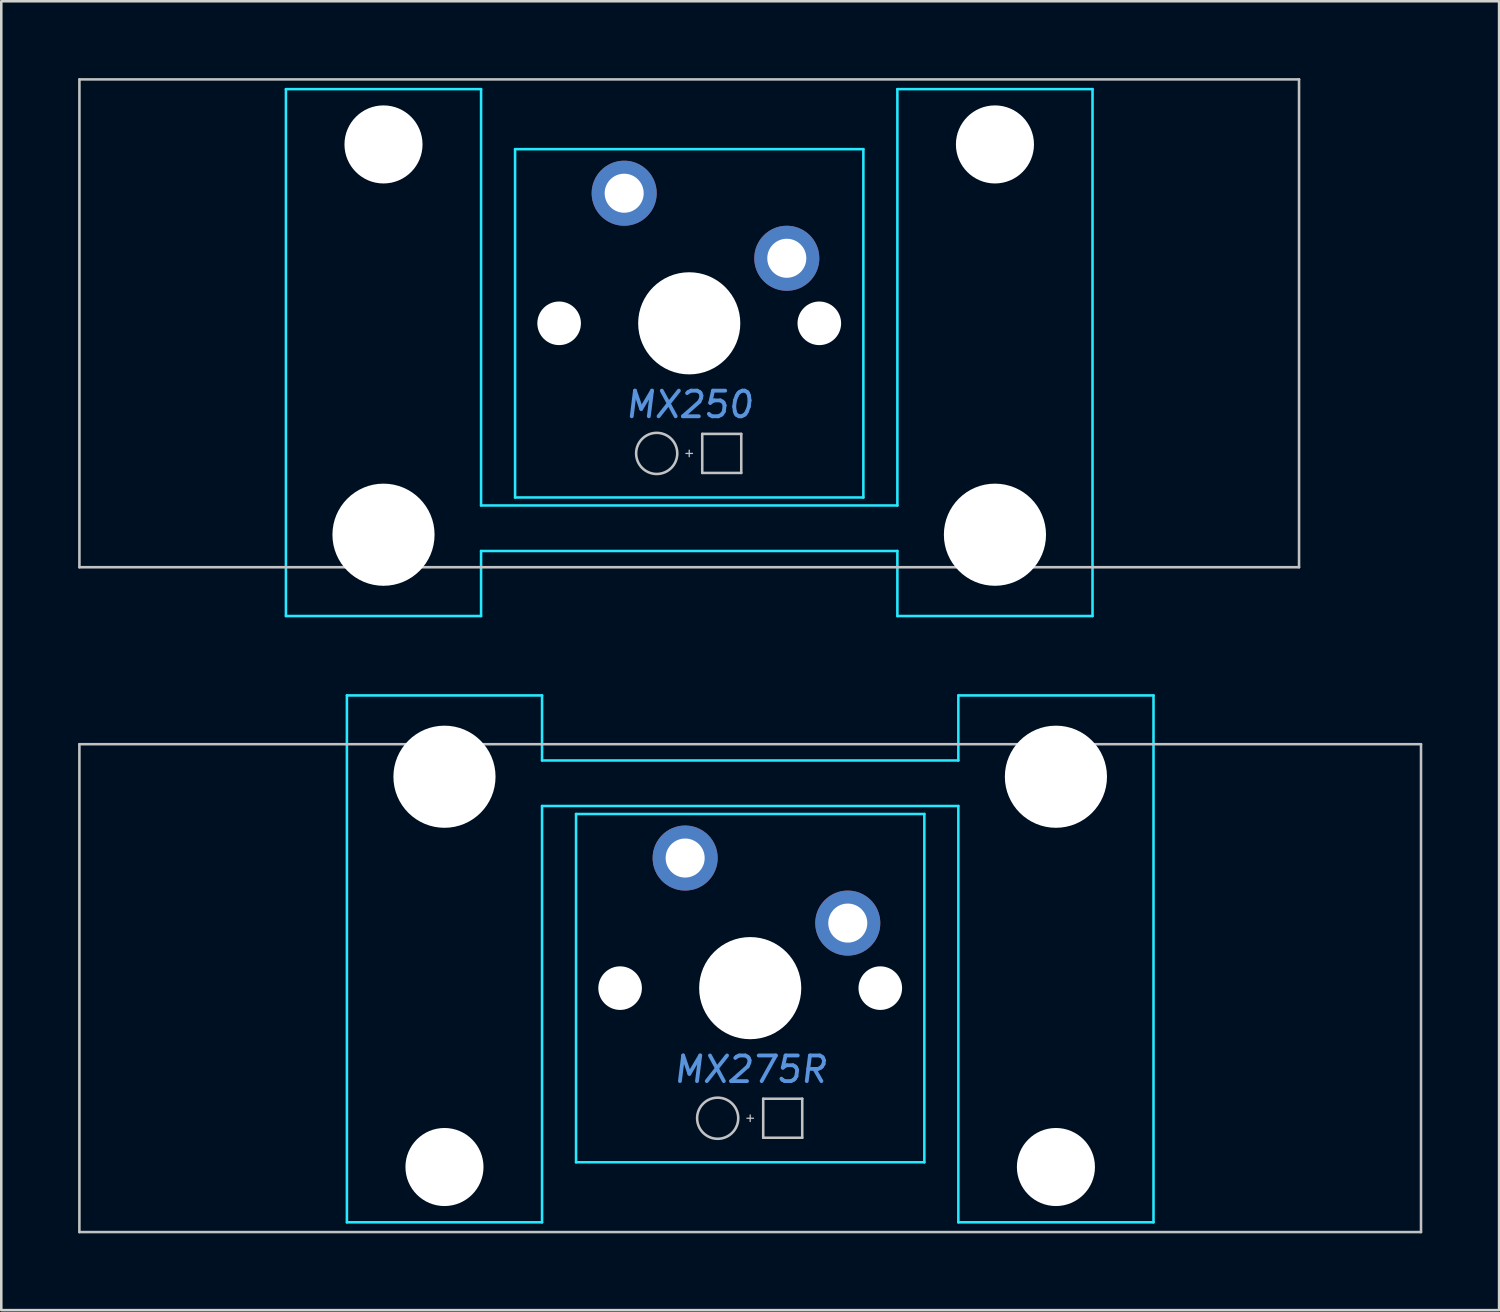
<source format=kicad_pcb>
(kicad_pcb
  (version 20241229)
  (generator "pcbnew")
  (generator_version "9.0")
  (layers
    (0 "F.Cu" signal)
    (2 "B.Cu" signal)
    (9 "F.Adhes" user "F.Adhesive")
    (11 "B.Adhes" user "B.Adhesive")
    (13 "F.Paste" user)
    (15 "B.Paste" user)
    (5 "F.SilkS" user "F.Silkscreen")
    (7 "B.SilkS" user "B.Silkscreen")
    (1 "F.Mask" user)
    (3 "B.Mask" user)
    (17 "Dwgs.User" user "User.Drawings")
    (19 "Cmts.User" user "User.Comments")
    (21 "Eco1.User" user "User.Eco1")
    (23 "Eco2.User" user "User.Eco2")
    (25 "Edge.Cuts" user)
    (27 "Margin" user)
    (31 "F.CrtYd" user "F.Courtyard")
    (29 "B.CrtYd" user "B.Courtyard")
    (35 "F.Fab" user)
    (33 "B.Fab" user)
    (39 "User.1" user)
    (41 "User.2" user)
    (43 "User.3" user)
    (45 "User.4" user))
  (footprint "MX275R"
    (layer "F.Cu")
    (at 26.244 35.535)
    (property "Reference" "MX275R" (at 0 3.175 0) (layer "Cmts.User") (effects (font (size 1 1) (thickness 0.15) (italic yes))))
    (attr through_hole)
    (fp_line (start -26.194 -9.525) (end -26.194 9.525) (stroke (width 0.1) (type solid)) (layer "Dwgs.User"))
    (fp_line (start -26.194 -9.525) (end 26.194 -9.525) (stroke (width 0.1) (type solid)) (layer "Dwgs.User"))
    (fp_line (start -26.194 9.525) (end 26.194 9.525) (stroke (width 0.1) (type solid)) (layer "Dwgs.User"))
    (fp_line (start -0.127 5.08) (end 0.127 5.08) (stroke (width 0.05) (type solid)) (layer "Dwgs.User"))
    (fp_line (start 0 5.207) (end 0 4.953) (stroke (width 0.05) (type solid)) (layer "Dwgs.User"))
    (fp_line (start 0.508 4.318) (end 0.508 5.842) (stroke (width 0.1) (type solid)) (layer "Dwgs.User"))
    (fp_line (start 0.508 4.318) (end 2.032 4.318) (stroke (width 0.1) (type solid)) (layer "Dwgs.User"))
    (fp_line (start 0.508 5.842) (end 2.032 5.842) (stroke (width 0.1) (type solid)) (layer "Dwgs.User"))
    (fp_line (start 2.032 5.842) (end 2.032 4.318) (stroke (width 0.1) (type solid)) (layer "Dwgs.User"))
    (fp_line (start 26.194 -9.525) (end 26.194 9.525) (stroke (width 0.1) (type solid)) (layer "Dwgs.User"))
    (fp_circle (center -1.27 5.08) (end -0.467 5.08) (stroke (width 0.1) (type solid)) (fill no) (layer "Dwgs.User"))
    (fp_line (start -15.438 -8.515) (end -15.438 5.485) (stroke (width 0.1) (type solid)) (layer "Eco1.User"))
    (fp_line (start -14.938 -9.015) (end -8.938 -9.015) (stroke (width 0.1) (type solid)) (layer "Eco1.User"))
    (fp_line (start -8.938 5.985) (end -14.938 5.985) (stroke (width 0.1) (type solid)) (layer "Eco1.User"))
    (fp_line (start -8.438 5.485) (end -8.438 -8.515) (stroke (width 0.1) (type solid)) (layer "Eco1.User"))
    (fp_line (start -7 -6.5) (end -7 6.5) (stroke (width 0.1) (type solid)) (layer "Eco1.User"))
    (fp_line (start -6.5 7) (end 6.5 7) (stroke (width 0.1) (type solid)) (layer "Eco1.User"))
    (fp_line (start 6.5 -7) (end -6.5 -7) (stroke (width 0.1) (type solid)) (layer "Eco1.User"))
    (fp_line (start 7 6.5) (end 7 -6.5) (stroke (width 0.1) (type solid)) (layer "Eco1.User"))
    (fp_line (start 8.438 -8.515) (end 8.438 5.485) (stroke (width 0.1) (type solid)) (layer "Eco1.User"))
    (fp_line (start 8.938 -9.015) (end 14.938 -9.015) (stroke (width 0.1) (type solid)) (layer "Eco1.User"))
    (fp_line (start 14.938 5.985) (end 8.938 5.985) (stroke (width 0.1) (type solid)) (layer "Eco1.User"))
    (fp_line (start 15.438 5.485) (end 15.438 -8.515) (stroke (width 0.1) (type solid)) (layer "Eco1.User"))
    (fp_arc (start -15.438 -8.515) (mid -15.291553 -8.868553) (end -14.938 -9.015) (stroke (width 0.1) (type solid)) (layer "Eco1.User"))
    (fp_arc (start -14.938 5.985) (mid -15.291553 5.838553) (end -15.438 5.485) (stroke (width 0.1) (type solid)) (layer "Eco1.User"))
    (fp_arc (start -8.938 -9.015) (mid -8.584447 -8.868553) (end -8.438 -8.515) (stroke (width 0.1) (type solid)) (layer "Eco1.User"))
    (fp_arc (start -8.438 5.485) (mid -8.584447 5.838553) (end -8.938 5.985) (stroke (width 0.1) (type solid)) (layer "Eco1.User"))
    (fp_arc (start -7 -6.5) (mid -6.853553 -6.853553) (end -6.5 -7) (stroke (width 0.1) (type solid)) (layer "Eco1.User"))
    (fp_arc (start -6.5 7) (mid -6.853553 6.853553) (end -7 6.5) (stroke (width 0.1) (type solid)) (layer "Eco1.User"))
    (fp_arc (start 6.5 -7) (mid 6.853553 -6.853553) (end 7 -6.5) (stroke (width 0.1) (type solid)) (layer "Eco1.User"))
    (fp_arc (start 7 6.5) (mid 6.853553 6.853553) (end 6.5 7) (stroke (width 0.1) (type solid)) (layer "Eco1.User"))
    (fp_arc (start 8.438 -8.515) (mid 8.584447 -8.868553) (end 8.938 -9.015) (stroke (width 0.1) (type solid)) (layer "Eco1.User"))
    (fp_arc (start 8.938 5.985) (mid 8.584447 5.838553) (end 8.438 5.485) (stroke (width 0.1) (type solid)) (layer "Eco1.User"))
    (fp_arc (start 14.938 -9.015) (mid 15.291553 -8.868553) (end 15.438 -8.515) (stroke (width 0.1) (type solid)) (layer "Eco1.User"))
    (fp_arc (start 15.438 5.485) (mid 15.291553 5.838553) (end 14.938 5.985) (stroke (width 0.1) (type solid)) (layer "Eco1.User"))
    (fp_line (start -15.748 -11.43) (end -8.128 -11.43) (stroke (width 0.1) (type solid)) (layer "B.CrtYd"))
    (fp_line (start -15.748 9.144) (end -15.748 -11.43) (stroke (width 0.1) (type solid)) (layer "B.CrtYd"))
    (fp_line (start -8.128 -11.43) (end -8.128 -8.89) (stroke (width 0.1) (type solid)) (layer "B.CrtYd"))
    (fp_line (start -8.128 9.144) (end -15.748 9.144) (stroke (width 0.1) (type solid)) (layer "B.CrtYd"))
    (fp_line (start -8.128 9.144) (end -8.128 -7.112) (stroke (width 0.1) (type solid)) (layer "B.CrtYd"))
    (fp_line (start -6.8 6.8) (end -6.8 -6.8) (stroke (width 0.1) (type solid)) (layer "B.CrtYd"))
    (fp_line (start 6.8 -6.8) (end -6.8 -6.8) (stroke (width 0.1) (type solid)) (layer "B.CrtYd"))
    (fp_line (start 6.8 6.8) (end -6.8 6.8) (stroke (width 0.1) (type solid)) (layer "B.CrtYd"))
    (fp_line (start 6.8 6.8) (end 6.8 -6.8) (stroke (width 0.1) (type solid)) (layer "B.CrtYd"))
    (fp_line (start 8.128 -11.43) (end 8.128 -8.89) (stroke (width 0.1) (type solid)) (layer "B.CrtYd"))
    (fp_line (start 8.128 -11.43) (end 15.748 -11.43) (stroke (width 0.1) (type solid)) (layer "B.CrtYd"))
    (fp_line (start 8.128 -8.89) (end -8.128 -8.89) (stroke (width 0.1) (type solid)) (layer "B.CrtYd"))
    (fp_line (start 8.128 -7.112) (end -8.128 -7.112) (stroke (width 0.1) (type solid)) (layer "B.CrtYd"))
    (fp_line (start 8.128 9.144) (end 8.128 -7.112) (stroke (width 0.1) (type solid)) (layer "B.CrtYd"))
    (fp_line (start 15.748 -11.43) (end 15.748 9.144) (stroke (width 0.1) (type solid)) (layer "B.CrtYd"))
    (fp_line (start 15.748 9.144) (end 8.128 9.144) (stroke (width 0.1) (type solid)) (layer "B.CrtYd"))
    (pad "" np_thru_hole circle (at -11.938 -8.255 180) (size 3.988 3.988) (drill 3.988) (layers "*.Cu" "*.Mask"))
    (pad "" np_thru_hole circle (at -11.938 6.985 180) (size 3.048 3.048) (drill 3.048) (layers "*.Cu" "*.Mask"))
    (pad "" np_thru_hole circle (at -5.08 0) (size 1.702 1.702) (drill 1.702) (layers "*.Cu" "*.Mask"))
    (pad "" np_thru_hole circle (at 0 0) (size 3.988 3.988) (drill 3.988) (layers "*.Cu" "*.Mask"))
    (pad "" np_thru_hole circle (at 5.08 0) (size 1.702 1.702) (drill 1.702) (layers "*.Cu" "*.Mask"))
    (pad "" np_thru_hole circle (at 11.938 -8.255 180) (size 3.988 3.988) (drill 3.988) (layers "*.Cu" "*.Mask"))
    (pad "" np_thru_hole circle (at 11.938 6.985 180) (size 3.048 3.048) (drill 3.048) (layers "*.Cu" "*.Mask"))
    (pad "1" thru_hole circle (at -2.54 -5.08) (size 2.54 2.54) (drill 1.524) (layers "*.Cu" "*.Mask"))
    (pad "2" thru_hole circle (at 3.81 -2.54) (size 2.54 2.54) (drill 1.524) (layers "*.Cu" "*.Mask")))
  (footprint "MX250"
    (layer "F.Cu")
    (at 23.863 9.575)
    (property "Reference" "MX250" (at 0 3.175 0) (layer "Cmts.User") (effects (font (size 1 1) (thickness 0.15) (italic yes))))
    (attr through_hole)
    (fp_line (start -23.812 -9.525) (end -23.812 9.525) (stroke (width 0.1) (type solid)) (layer "Dwgs.User"))
    (fp_line (start -23.812 -9.525) (end 23.812 -9.525) (stroke (width 0.1) (type solid)) (layer "Dwgs.User"))
    (fp_line (start -23.812 9.525) (end 23.812 9.525) (stroke (width 0.1) (type solid)) (layer "Dwgs.User"))
    (fp_line (start -0.127 5.08) (end 0.127 5.08) (stroke (width 0.05) (type solid)) (layer "Dwgs.User"))
    (fp_line (start 0 5.207) (end 0 4.953) (stroke (width 0.05) (type solid)) (layer "Dwgs.User"))
    (fp_line (start 0.508 4.318) (end 0.508 5.842) (stroke (width 0.1) (type solid)) (layer "Dwgs.User"))
    (fp_line (start 0.508 4.318) (end 2.032 4.318) (stroke (width 0.1) (type solid)) (layer "Dwgs.User"))
    (fp_line (start 0.508 5.842) (end 2.032 5.842) (stroke (width 0.1) (type solid)) (layer "Dwgs.User"))
    (fp_line (start 2.032 5.842) (end 2.032 4.318) (stroke (width 0.1) (type solid)) (layer "Dwgs.User"))
    (fp_line (start 23.812 -9.525) (end 23.812 9.525) (stroke (width 0.1) (type solid)) (layer "Dwgs.User"))
    (fp_circle (center -1.27 5.08) (end -0.467 5.08) (stroke (width 0.1) (type solid)) (fill no) (layer "Dwgs.User"))
    (fp_line (start -15.438 -5.485) (end -15.438 8.515) (stroke (width 0.1) (type solid)) (layer "Eco1.User"))
    (fp_line (start -14.938 -5.985) (end -8.938 -5.985) (stroke (width 0.1) (type solid)) (layer "Eco1.User"))
    (fp_line (start -8.938 9.015) (end -14.938 9.015) (stroke (width 0.1) (type solid)) (layer "Eco1.User"))
    (fp_line (start -8.438 8.515) (end -8.438 -5.485) (stroke (width 0.1) (type solid)) (layer "Eco1.User"))
    (fp_line (start -7 -6.5) (end -7 6.5) (stroke (width 0.1) (type solid)) (layer "Eco1.User"))
    (fp_line (start -6.5 7) (end 6.5 7) (stroke (width 0.1) (type solid)) (layer "Eco1.User"))
    (fp_line (start 6.5 -7) (end -6.5 -7) (stroke (width 0.1) (type solid)) (layer "Eco1.User"))
    (fp_line (start 7 6.5) (end 7 -6.5) (stroke (width 0.1) (type solid)) (layer "Eco1.User"))
    (fp_line (start 8.438 -5.485) (end 8.438 8.515) (stroke (width 0.1) (type solid)) (layer "Eco1.User"))
    (fp_line (start 8.938 -5.985) (end 14.938 -5.985) (stroke (width 0.1) (type solid)) (layer "Eco1.User"))
    (fp_line (start 14.938 9.015) (end 8.938 9.015) (stroke (width 0.1) (type solid)) (layer "Eco1.User"))
    (fp_line (start 15.438 8.515) (end 15.438 -5.485) (stroke (width 0.1) (type solid)) (layer "Eco1.User"))
    (fp_arc (start -15.438 -5.485) (mid -15.291553 -5.838553) (end -14.938 -5.985) (stroke (width 0.1) (type solid)) (layer "Eco1.User"))
    (fp_arc (start -14.938 9.015) (mid -15.291553 8.868553) (end -15.438 8.515) (stroke (width 0.1) (type solid)) (layer "Eco1.User"))
    (fp_arc (start -8.938 -5.985) (mid -8.584447 -5.838553) (end -8.438 -5.485) (stroke (width 0.1) (type solid)) (layer "Eco1.User"))
    (fp_arc (start -8.438 8.515) (mid -8.584447 8.868553) (end -8.938 9.015) (stroke (width 0.1) (type solid)) (layer "Eco1.User"))
    (fp_arc (start -7 -6.5) (mid -6.853553 -6.853553) (end -6.5 -7) (stroke (width 0.1) (type solid)) (layer "Eco1.User"))
    (fp_arc (start -6.5 7) (mid -6.853553 6.853553) (end -7 6.5) (stroke (width 0.1) (type solid)) (layer "Eco1.User"))
    (fp_arc (start 6.5 -7) (mid 6.853553 -6.853553) (end 7 -6.5) (stroke (width 0.1) (type solid)) (layer "Eco1.User"))
    (fp_arc (start 7 6.5) (mid 6.853553 6.853553) (end 6.5 7) (stroke (width 0.1) (type solid)) (layer "Eco1.User"))
    (fp_arc (start 8.438 -5.485) (mid 8.584447 -5.838553) (end 8.938 -5.985) (stroke (width 0.1) (type solid)) (layer "Eco1.User"))
    (fp_arc (start 8.938 9.015) (mid 8.584447 8.868553) (end 8.438 8.515) (stroke (width 0.1) (type solid)) (layer "Eco1.User"))
    (fp_arc (start 14.938 -5.985) (mid 15.291553 -5.838553) (end 15.438 -5.485) (stroke (width 0.1) (type solid)) (layer "Eco1.User"))
    (fp_arc (start 15.438 8.515) (mid 15.291553 8.868553) (end 14.938 9.015) (stroke (width 0.1) (type solid)) (layer "Eco1.User"))
    (fp_line (start -15.748 -9.144) (end -8.128 -9.144) (stroke (width 0.1) (type solid)) (layer "B.CrtYd"))
    (fp_line (start -15.748 11.43) (end -15.748 -9.144) (stroke (width 0.1) (type solid)) (layer "B.CrtYd"))
    (fp_line (start -8.128 -9.144) (end -8.128 7.112) (stroke (width 0.1) (type solid)) (layer "B.CrtYd"))
    (fp_line (start -8.128 7.112) (end 8.128 7.112) (stroke (width 0.1) (type solid)) (layer "B.CrtYd"))
    (fp_line (start -8.128 8.89) (end 8.128 8.89) (stroke (width 0.1) (type solid)) (layer "B.CrtYd"))
    (fp_line (start -8.128 11.43) (end -15.748 11.43) (stroke (width 0.1) (type solid)) (layer "B.CrtYd"))
    (fp_line (start -8.128 11.43) (end -8.128 8.89) (stroke (width 0.1) (type solid)) (layer "B.CrtYd"))
    (fp_line (start -6.8 6.8) (end -6.8 -6.8) (stroke (width 0.1) (type solid)) (layer "B.CrtYd"))
    (fp_line (start 6.8 -6.8) (end -6.8 -6.8) (stroke (width 0.1) (type solid)) (layer "B.CrtYd"))
    (fp_line (start 6.8 6.8) (end -6.8 6.8) (stroke (width 0.1) (type solid)) (layer "B.CrtYd"))
    (fp_line (start 6.8 6.8) (end 6.8 -6.8) (stroke (width 0.1) (type solid)) (layer "B.CrtYd"))
    (fp_line (start 8.128 -9.144) (end 8.128 7.112) (stroke (width 0.1) (type solid)) (layer "B.CrtYd"))
    (fp_line (start 8.128 -9.144) (end 15.748 -9.144) (stroke (width 0.1) (type solid)) (layer "B.CrtYd"))
    (fp_line (start 8.128 11.43) (end 8.128 8.89) (stroke (width 0.1) (type solid)) (layer "B.CrtYd"))
    (fp_line (start 15.748 -9.144) (end 15.748 11.43) (stroke (width 0.1) (type solid)) (layer "B.CrtYd"))
    (fp_line (start 15.748 11.43) (end 8.128 11.43) (stroke (width 0.1) (type solid)) (layer "B.CrtYd"))
    (pad "" np_thru_hole circle (at -11.938 -6.985) (size 3.048 3.048) (drill 3.048) (layers "*.Cu" "*.Mask"))
    (pad "" np_thru_hole circle (at -11.938 8.255) (size 3.988 3.988) (drill 3.988) (layers "*.Cu" "*.Mask"))
    (pad "" np_thru_hole circle (at -5.08 0) (size 1.702 1.702) (drill 1.702) (layers "*.Cu" "*.Mask"))
    (pad "" np_thru_hole circle (at 0 0) (size 3.988 3.988) (drill 3.988) (layers "*.Cu" "*.Mask"))
    (pad "" np_thru_hole circle (at 5.08 0) (size 1.702 1.702) (drill 1.702) (layers "*.Cu" "*.Mask"))
    (pad "" np_thru_hole circle (at 11.938 -6.985) (size 3.048 3.048) (drill 3.048) (layers "*.Cu" "*.Mask"))
    (pad "" np_thru_hole circle (at 11.938 8.255) (size 3.988 3.988) (drill 3.988) (layers "*.Cu" "*.Mask"))
    (pad "1" thru_hole circle (at -2.54 -5.08) (size 2.54 2.54) (drill 1.524) (layers "*.Cu" "*.Mask"))
    (pad "2" thru_hole circle (at 3.81 -2.54) (size 2.54 2.54) (drill 1.524) (layers "*.Cu" "*.Mask")))
  (gr_rect
    (start -3 -3)
    (end 55.487 48.11)
    (stroke (width 0.1) (type default))
    (fill no)
    (layer "Edge.Cuts")))
</source>
